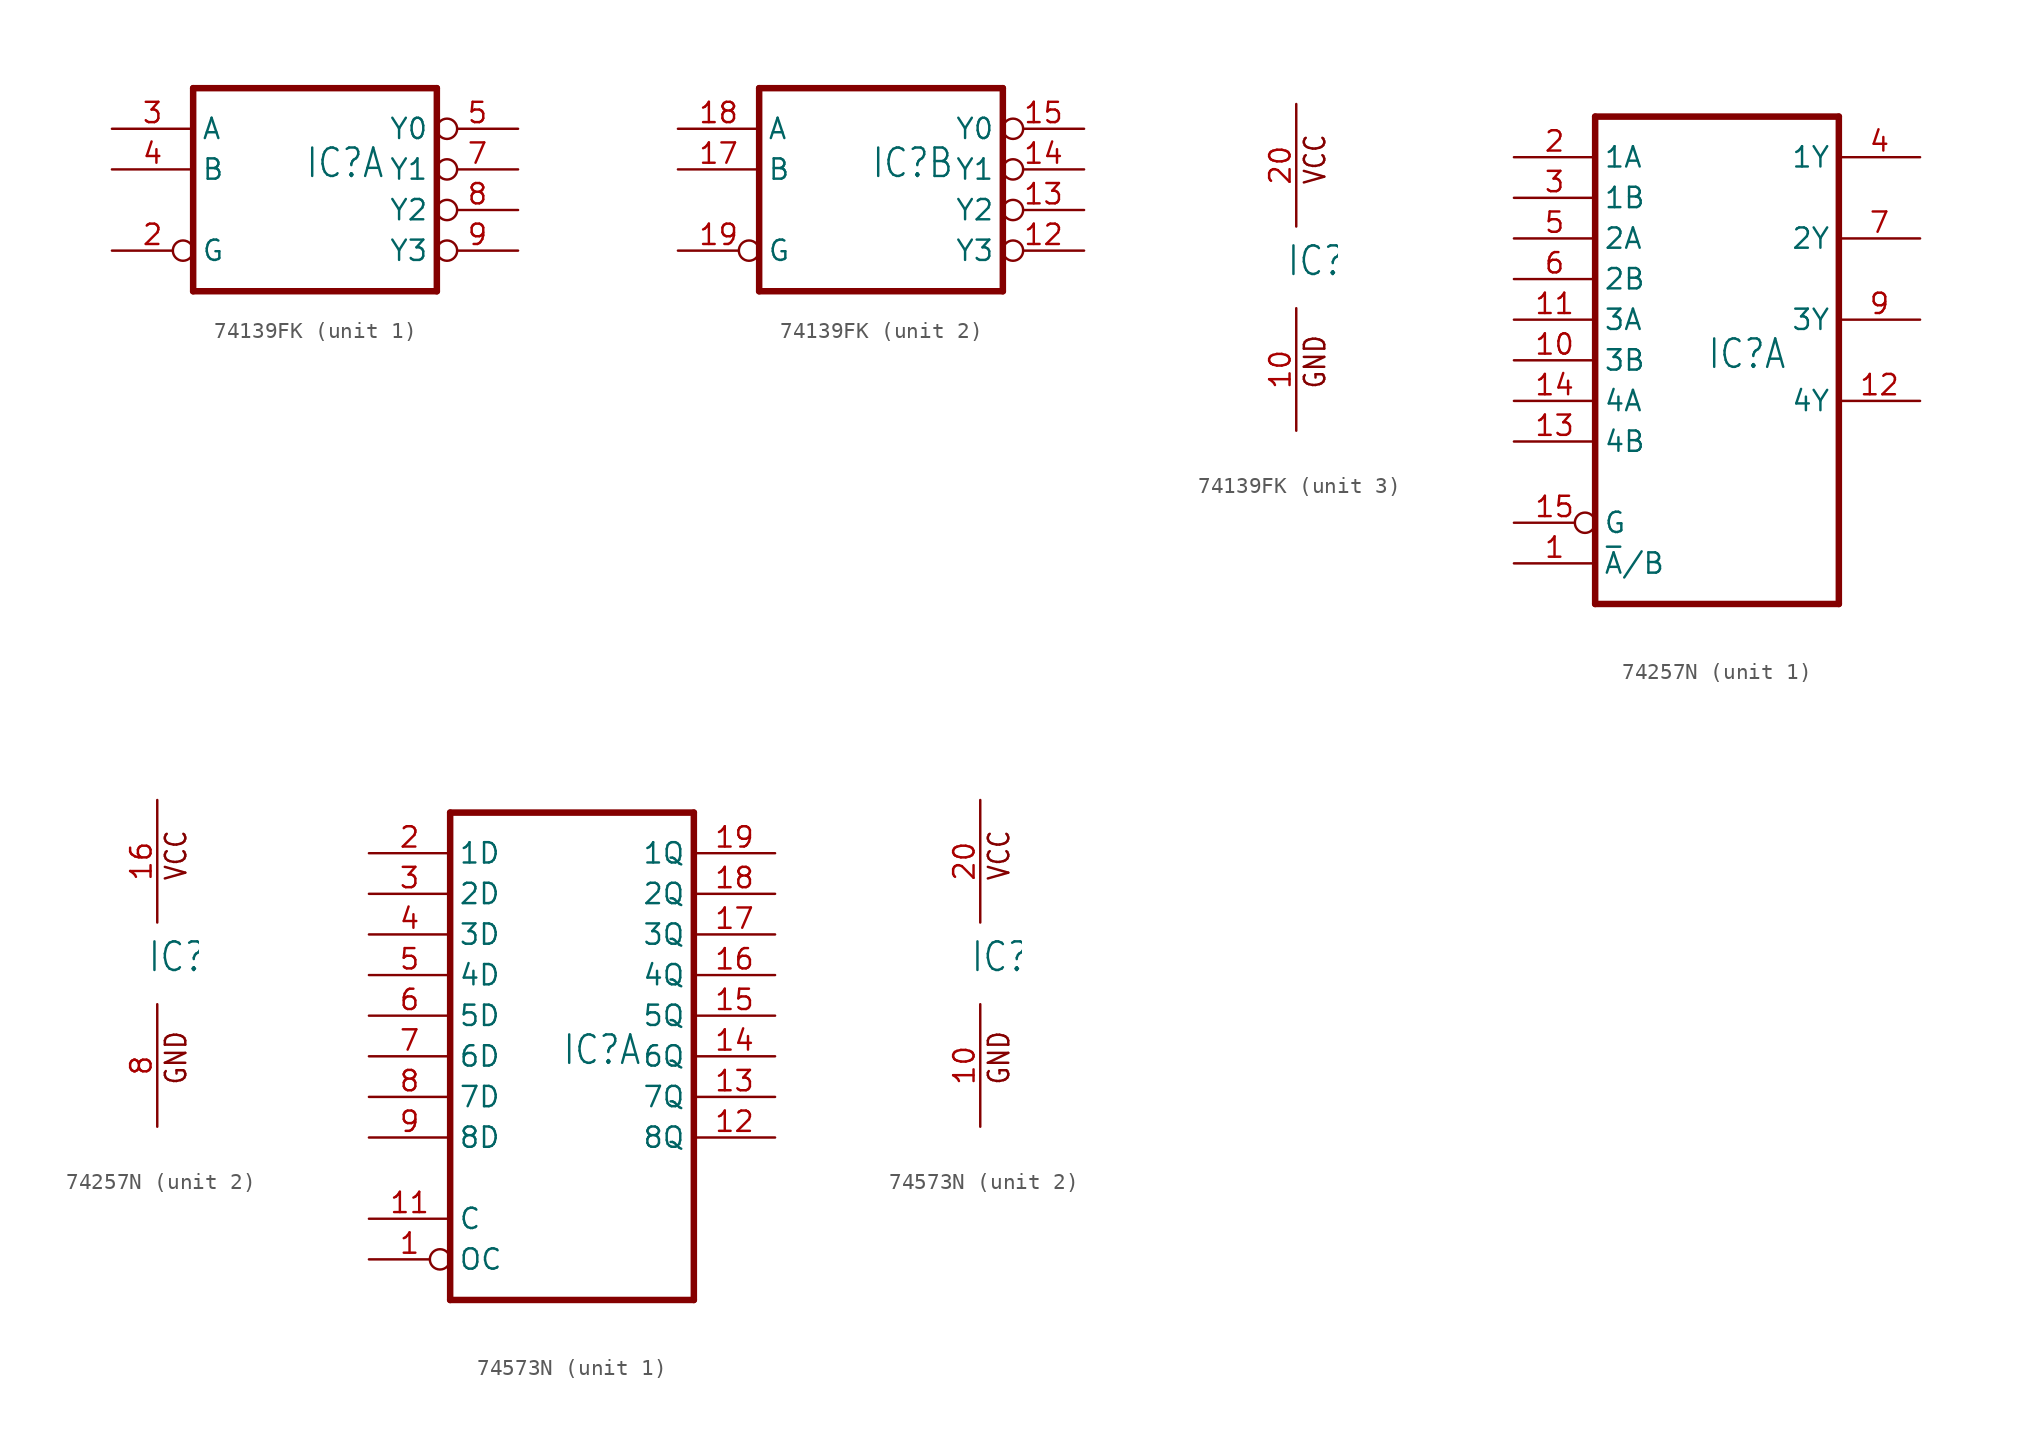
<source format=kicad_sym>
(kicad_symbol_lib
  (version 20220914)
  (generator kicad_symbol_editor)
  (symbol "74139FK"
    (property "Reference" "IC"
      (at -0.635 -0.635 0)
      (effects (font (size 1.778 1.511)) (justify left bottom)))
    (property "ki_locked" ""
      (at 0 0 0)
      (effects (font (size 1.27 1.27))))
    (symbol "74139FK_1_0"
      (polyline (pts (xy -7.62 -7.62) (xy 7.62 -7.62)) (stroke (width 0.406) (type solid)) (fill (type none)))
      (polyline (pts (xy -7.62 5.08) (xy -7.62 -7.62)) (stroke (width 0.406) (type solid)) (fill (type none)))
      (polyline (pts (xy 7.62 -7.62) (xy 7.62 5.08)) (stroke (width 0.406) (type solid)) (fill (type none)))
      (polyline (pts (xy 7.62 5.08) (xy -7.62 5.08)) (stroke (width 0.406) (type solid)) (fill (type none)))
      (pin input inverted (at -12.7 -5.08 0) (length 5.08) (name "G" (effects (font (size 1.27 1.27)))) (number "2" (effects (font (size 1.27 1.27)))))
      (pin input line (at -12.7 2.54 0) (length 5.08) (name "A" (effects (font (size 1.27 1.27)))) (number "3" (effects (font (size 1.27 1.27)))))
      (pin input line (at -12.7 0 0) (length 5.08) (name "B" (effects (font (size 1.27 1.27)))) (number "4" (effects (font (size 1.27 1.27)))))
      (pin output inverted (at 12.7 2.54 180) (length 5.08) (name "Y0" (effects (font (size 1.27 1.27)))) (number "5" (effects (font (size 1.27 1.27)))))
      (pin output inverted (at 12.7 0 180) (length 5.08) (name "Y1" (effects (font (size 1.27 1.27)))) (number "7" (effects (font (size 1.27 1.27)))))
      (pin output inverted (at 12.7 -2.54 180) (length 5.08) (name "Y2" (effects (font (size 1.27 1.27)))) (number "8" (effects (font (size 1.27 1.27)))))
      (pin output inverted (at 12.7 -5.08 180) (length 5.08) (name "Y3" (effects (font (size 1.27 1.27)))) (number "9" (effects (font (size 1.27 1.27))))))
    (symbol "74139FK_2_0"
      (polyline (pts (xy -7.62 -7.62) (xy 7.62 -7.62)) (stroke (width 0.406) (type solid)) (fill (type none)))
      (polyline (pts (xy -7.62 5.08) (xy -7.62 -7.62)) (stroke (width 0.406) (type solid)) (fill (type none)))
      (polyline (pts (xy 7.62 -7.62) (xy 7.62 5.08)) (stroke (width 0.406) (type solid)) (fill (type none)))
      (polyline (pts (xy 7.62 5.08) (xy -7.62 5.08)) (stroke (width 0.406) (type solid)) (fill (type none)))
      (pin output inverted (at 12.7 -5.08 180) (length 5.08) (name "Y3" (effects (font (size 1.27 1.27)))) (number "12" (effects (font (size 1.27 1.27)))))
      (pin output inverted (at 12.7 -2.54 180) (length 5.08) (name "Y2" (effects (font (size 1.27 1.27)))) (number "13" (effects (font (size 1.27 1.27)))))
      (pin output inverted (at 12.7 0 180) (length 5.08) (name "Y1" (effects (font (size 1.27 1.27)))) (number "14" (effects (font (size 1.27 1.27)))))
      (pin output inverted (at 12.7 2.54 180) (length 5.08) (name "Y0" (effects (font (size 1.27 1.27)))) (number "15" (effects (font (size 1.27 1.27)))))
      (pin input line (at -12.7 0 0) (length 5.08) (name "B" (effects (font (size 1.27 1.27)))) (number "17" (effects (font (size 1.27 1.27)))))
      (pin input line (at -12.7 2.54 0) (length 5.08) (name "A" (effects (font (size 1.27 1.27)))) (number "18" (effects (font (size 1.27 1.27)))))
      (pin input inverted (at -12.7 -5.08 0) (length 5.08) (name "G" (effects (font (size 1.27 1.27)))) (number "19" (effects (font (size 1.27 1.27))))))
    (symbol "74139FK_3_0"
      (text "GND" (at 1.905 -7.62 900) (effects (font (size 1.27 1.079)) (justify left bottom)))
      (text "VCC" (at 1.905 5.08 900) (effects (font (size 1.27 1.079)) (justify left bottom)))
      (pin power_in line (at 0 -10.16 90) (length 7.62) (name "GND" (effects (font (size 0 0)))) (number "10" (effects (font (size 1.27 1.27)))))
      (pin power_in line (at 0 10.16 270) (length 7.62) (name "VCC" (effects (font (size 0 0)))) (number "20" (effects (font (size 1.27 1.27)))))))
  (symbol "74257N"
    (property "Reference" "IC"
      (at -0.635 -0.635 0)
      (effects (font (size 1.778 1.511)) (justify left bottom)))
    (property "ki_locked" ""
      (at 0 0 0)
      (effects (font (size 1.27 1.27))))
    (symbol "74257N_1_0"
      (polyline (pts (xy -7.62 -15.24) (xy 7.62 -15.24)) (stroke (width 0.406) (type solid)) (fill (type none)))
      (polyline (pts (xy -7.62 15.24) (xy -7.62 -15.24)) (stroke (width 0.406) (type solid)) (fill (type none)))
      (polyline (pts (xy 7.62 -15.24) (xy 7.62 15.24)) (stroke (width 0.406) (type solid)) (fill (type none)))
      (polyline (pts (xy 7.62 15.24) (xy -7.62 15.24)) (stroke (width 0.406) (type solid)) (fill (type none)))
      (pin input line (at -12.7 -12.7 0) (length 5.08) (name "~{A}/B" (effects (font (size 1.27 1.27)))) (number "1" (effects (font (size 1.27 1.27)))))
      (pin input line (at -12.7 0 0) (length 5.08) (name "3B" (effects (font (size 1.27 1.27)))) (number "10" (effects (font (size 1.27 1.27)))))
      (pin input line (at -12.7 2.54 0) (length 5.08) (name "3A" (effects (font (size 1.27 1.27)))) (number "11" (effects (font (size 1.27 1.27)))))
      (pin tri_state line (at 12.7 -2.54 180) (length 5.08) (name "4Y" (effects (font (size 1.27 1.27)))) (number "12" (effects (font (size 1.27 1.27)))))
      (pin input line (at -12.7 -5.08 0) (length 5.08) (name "4B" (effects (font (size 1.27 1.27)))) (number "13" (effects (font (size 1.27 1.27)))))
      (pin input line (at -12.7 -2.54 0) (length 5.08) (name "4A" (effects (font (size 1.27 1.27)))) (number "14" (effects (font (size 1.27 1.27)))))
      (pin input inverted (at -12.7 -10.16 0) (length 5.08) (name "G" (effects (font (size 1.27 1.27)))) (number "15" (effects (font (size 1.27 1.27)))))
      (pin input line (at -12.7 12.7 0) (length 5.08) (name "1A" (effects (font (size 1.27 1.27)))) (number "2" (effects (font (size 1.27 1.27)))))
      (pin input line (at -12.7 10.16 0) (length 5.08) (name "1B" (effects (font (size 1.27 1.27)))) (number "3" (effects (font (size 1.27 1.27)))))
      (pin tri_state line (at 12.7 12.7 180) (length 5.08) (name "1Y" (effects (font (size 1.27 1.27)))) (number "4" (effects (font (size 1.27 1.27)))))
      (pin input line (at -12.7 7.62 0) (length 5.08) (name "2A" (effects (font (size 1.27 1.27)))) (number "5" (effects (font (size 1.27 1.27)))))
      (pin input line (at -12.7 5.08 0) (length 5.08) (name "2B" (effects (font (size 1.27 1.27)))) (number "6" (effects (font (size 1.27 1.27)))))
      (pin tri_state line (at 12.7 7.62 180) (length 5.08) (name "2Y" (effects (font (size 1.27 1.27)))) (number "7" (effects (font (size 1.27 1.27)))))
      (pin tri_state line (at 12.7 2.54 180) (length 5.08) (name "3Y" (effects (font (size 1.27 1.27)))) (number "9" (effects (font (size 1.27 1.27))))))
    (symbol "74257N_2_0"
      (text "GND" (at 1.905 -7.62 900) (effects (font (size 1.27 1.079)) (justify left bottom)))
      (text "VCC" (at 1.905 5.08 900) (effects (font (size 1.27 1.079)) (justify left bottom)))
      (pin power_in line (at 0 10.16 270) (length 7.62) (name "VCC" (effects (font (size 0 0)))) (number "16" (effects (font (size 1.27 1.27)))))
      (pin power_in line (at 0 -10.16 90) (length 7.62) (name "GND" (effects (font (size 0 0)))) (number "8" (effects (font (size 1.27 1.27)))))))
  (symbol "74573N"
    (property "Reference" "IC"
      (at -0.635 -0.635 0)
      (effects (font (size 1.778 1.511)) (justify left bottom)))
    (property "ki_locked" ""
      (at 0 0 0)
      (effects (font (size 1.27 1.27))))
    (symbol "74573N_1_0"
      (polyline (pts (xy -7.62 -15.24) (xy 7.62 -15.24)) (stroke (width 0.406) (type solid)) (fill (type none)))
      (polyline (pts (xy -7.62 15.24) (xy -7.62 -15.24)) (stroke (width 0.406) (type solid)) (fill (type none)))
      (polyline (pts (xy 7.62 -15.24) (xy 7.62 15.24)) (stroke (width 0.406) (type solid)) (fill (type none)))
      (polyline (pts (xy 7.62 15.24) (xy -7.62 15.24)) (stroke (width 0.406) (type solid)) (fill (type none)))
      (pin input inverted (at -12.7 -12.7 0) (length 5.08) (name "OC" (effects (font (size 1.27 1.27)))) (number "1" (effects (font (size 1.27 1.27)))))
      (pin input line (at -12.7 -10.16 0) (length 5.08) (name "C" (effects (font (size 1.27 1.27)))) (number "11" (effects (font (size 1.27 1.27)))))
      (pin tri_state line (at 12.7 -5.08 180) (length 5.08) (name "8Q" (effects (font (size 1.27 1.27)))) (number "12" (effects (font (size 1.27 1.27)))))
      (pin tri_state line (at 12.7 -2.54 180) (length 5.08) (name "7Q" (effects (font (size 1.27 1.27)))) (number "13" (effects (font (size 1.27 1.27)))))
      (pin tri_state line (at 12.7 0 180) (length 5.08) (name "6Q" (effects (font (size 1.27 1.27)))) (number "14" (effects (font (size 1.27 1.27)))))
      (pin tri_state line (at 12.7 2.54 180) (length 5.08) (name "5Q" (effects (font (size 1.27 1.27)))) (number "15" (effects (font (size 1.27 1.27)))))
      (pin tri_state line (at 12.7 5.08 180) (length 5.08) (name "4Q" (effects (font (size 1.27 1.27)))) (number "16" (effects (font (size 1.27 1.27)))))
      (pin tri_state line (at 12.7 7.62 180) (length 5.08) (name "3Q" (effects (font (size 1.27 1.27)))) (number "17" (effects (font (size 1.27 1.27)))))
      (pin tri_state line (at 12.7 10.16 180) (length 5.08) (name "2Q" (effects (font (size 1.27 1.27)))) (number "18" (effects (font (size 1.27 1.27)))))
      (pin tri_state line (at 12.7 12.7 180) (length 5.08) (name "1Q" (effects (font (size 1.27 1.27)))) (number "19" (effects (font (size 1.27 1.27)))))
      (pin input line (at -12.7 12.7 0) (length 5.08) (name "1D" (effects (font (size 1.27 1.27)))) (number "2" (effects (font (size 1.27 1.27)))))
      (pin input line (at -12.7 10.16 0) (length 5.08) (name "2D" (effects (font (size 1.27 1.27)))) (number "3" (effects (font (size 1.27 1.27)))))
      (pin input line (at -12.7 7.62 0) (length 5.08) (name "3D" (effects (font (size 1.27 1.27)))) (number "4" (effects (font (size 1.27 1.27)))))
      (pin input line (at -12.7 5.08 0) (length 5.08) (name "4D" (effects (font (size 1.27 1.27)))) (number "5" (effects (font (size 1.27 1.27)))))
      (pin input line (at -12.7 2.54 0) (length 5.08) (name "5D" (effects (font (size 1.27 1.27)))) (number "6" (effects (font (size 1.27 1.27)))))
      (pin input line (at -12.7 0 0) (length 5.08) (name "6D" (effects (font (size 1.27 1.27)))) (number "7" (effects (font (size 1.27 1.27)))))
      (pin input line (at -12.7 -2.54 0) (length 5.08) (name "7D" (effects (font (size 1.27 1.27)))) (number "8" (effects (font (size 1.27 1.27)))))
      (pin input line (at -12.7 -5.08 0) (length 5.08) (name "8D" (effects (font (size 1.27 1.27)))) (number "9" (effects (font (size 1.27 1.27))))))
    (symbol "74573N_2_0"
      (text "GND" (at 1.905 -7.62 900) (effects (font (size 1.27 1.079)) (justify left bottom)))
      (text "VCC" (at 1.905 5.08 900) (effects (font (size 1.27 1.079)) (justify left bottom)))
      (pin power_in line (at 0 -10.16 90) (length 7.62) (name "GND" (effects (font (size 0 0)))) (number "10" (effects (font (size 1.27 1.27)))))
      (pin power_in line (at 0 10.16 270) (length 7.62) (name "VCC" (effects (font (size 0 0)))) (number "20" (effects (font (size 1.27 1.27))))))))
</source>
